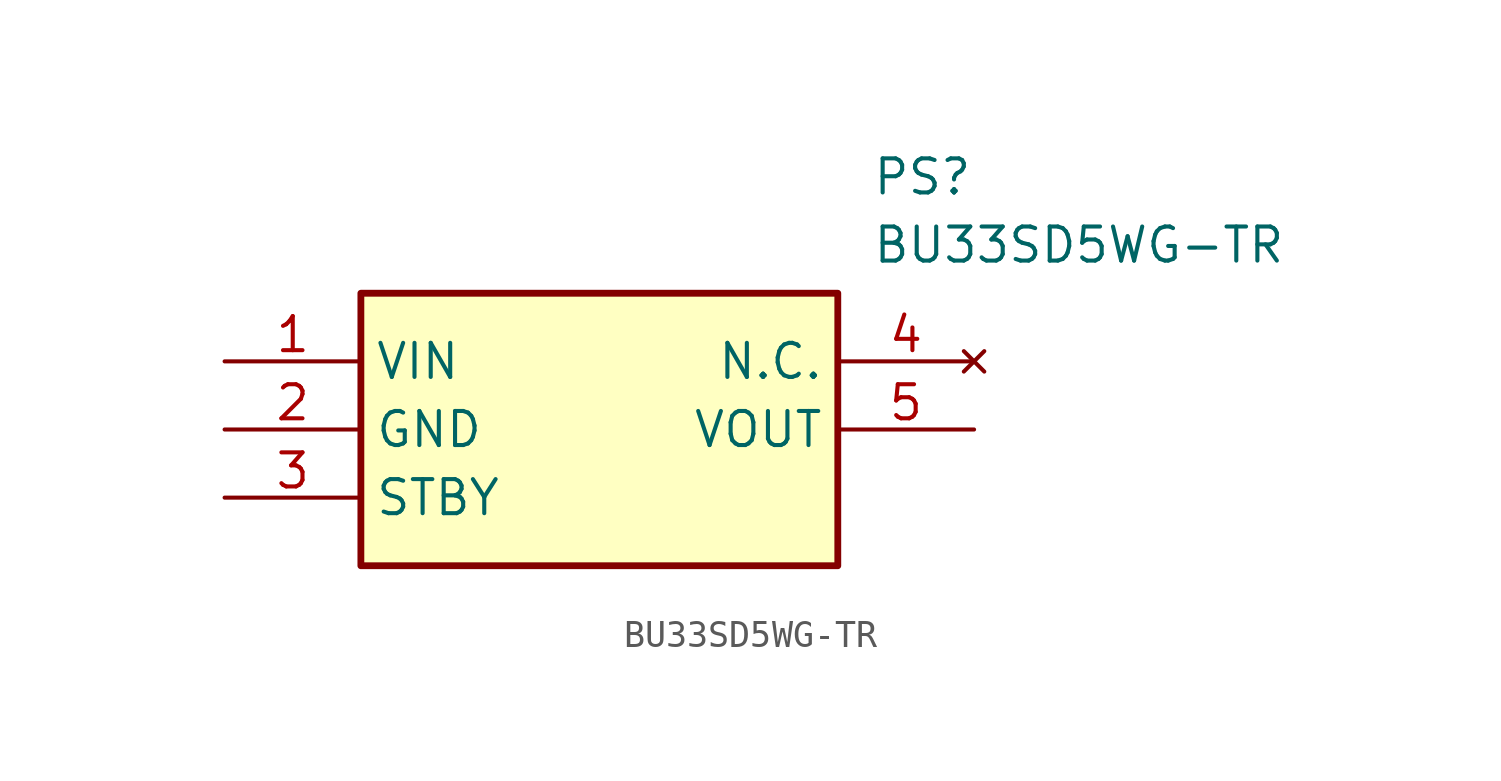
<source format=kicad_sym>
(kicad_symbol_lib
  (version 20211014)
  (generator SamacSys_ECAD_Model)
  (symbol "BU33SD5WG-TR"
    (property "Reference" "PS"
      (at 24.13 7.62 0)
      (effects (font (size 1.27 1.27)) (justify left top)))
    (property "Value" "BU33SD5WG-TR"
      (at 24.13 5.08 0)
      (effects (font (size 1.27 1.27)) (justify left top)))
    (rectangle
      (start 5.08 2.54)
      (end 22.86 -7.62)
      (stroke (width 0.254) (type default))
      (fill (type background)))
    (pin passive line
      (at 0 0 0)
      (length 5.08)
      (name "VIN" (effects (font (size 1.27 1.27))))
      (number "1" (effects (font (size 1.27 1.27)))))
    (pin passive line
      (at 0 -2.54 0)
      (length 5.08)
      (name "GND" (effects (font (size 1.27 1.27))))
      (number "2" (effects (font (size 1.27 1.27)))))
    (pin passive line
      (at 0 -5.08 0)
      (length 5.08)
      (name "STBY" (effects (font (size 1.27 1.27))))
      (number "3" (effects (font (size 1.27 1.27)))))
    (pin no_connect line
      (at 27.94 0 180)
      (length 5.08)
      (name "N.C." (effects (font (size 1.27 1.27))))
      (number "4" (effects (font (size 1.27 1.27)))))
    (pin passive line
      (at 27.94 -2.54 180)
      (length 5.08)
      (name "VOUT" (effects (font (size 1.27 1.27))))
      (number "5" (effects (font (size 1.27 1.27)))))))
</source>
